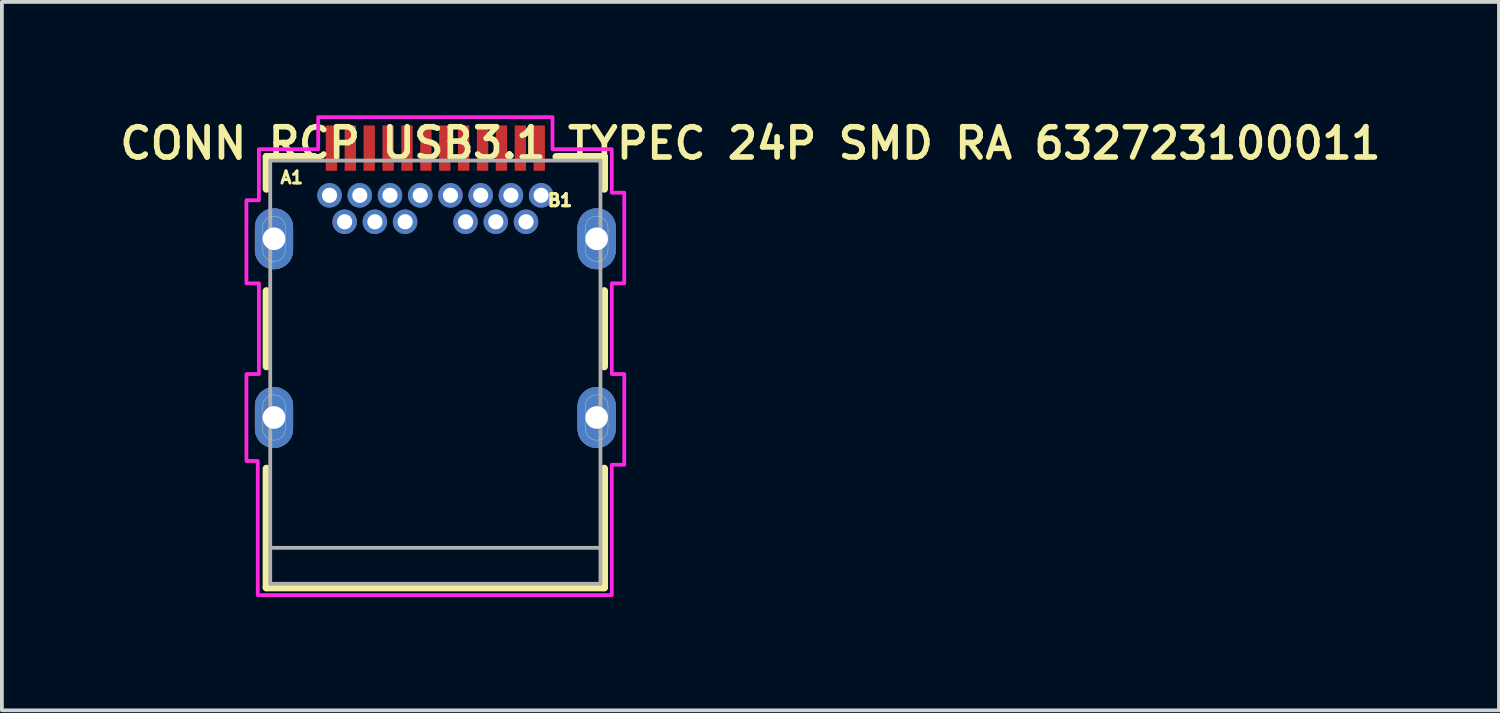
<source format=kicad_pcb>
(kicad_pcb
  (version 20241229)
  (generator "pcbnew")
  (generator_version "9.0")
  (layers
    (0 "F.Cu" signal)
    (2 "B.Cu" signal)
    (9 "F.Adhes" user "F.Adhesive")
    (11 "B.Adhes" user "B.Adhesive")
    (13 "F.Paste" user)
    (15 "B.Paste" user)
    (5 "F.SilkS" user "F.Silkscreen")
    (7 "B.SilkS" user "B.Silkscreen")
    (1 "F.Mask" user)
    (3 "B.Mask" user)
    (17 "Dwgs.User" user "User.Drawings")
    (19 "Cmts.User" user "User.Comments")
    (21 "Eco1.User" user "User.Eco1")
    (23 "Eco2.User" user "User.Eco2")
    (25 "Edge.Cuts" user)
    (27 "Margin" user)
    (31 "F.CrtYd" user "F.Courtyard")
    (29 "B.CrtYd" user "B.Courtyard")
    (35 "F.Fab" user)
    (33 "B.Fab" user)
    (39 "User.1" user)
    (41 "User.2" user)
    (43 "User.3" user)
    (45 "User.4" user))
  (footprint "CONN RCP USB3.1 TYPEC 24P SMD RA 632723100011"
    (layer "F.Cu")
    (at 8.472 6.8)
    (property "Reference" "CONN RCP USB3.1 TYPEC 24P SMD RA 632723100011" (at 8.34 -6.058 0) (layer "F.SilkS") (effects (font (size 0.8 0.8) (thickness 0.15))))
    (attr through_hole)
    (fp_poly (pts (xy -4.77 0.9) (xy -4.77 1.5) (xy -4.767 1.552) (xy -4.759 1.604) (xy -4.746 1.655) (xy -4.727 1.703) (xy -4.703 1.75) (xy -4.675 1.794) (xy -4.642 1.835) (xy -4.605 1.872) (xy -4.564 1.905) (xy -4.52 1.933) (xy -4.473 1.957) (xy -4.425 1.976) (xy -4.374 1.989) (xy -4.322 1.997) (xy -4.27 2) (xy -4.218 1.997) (xy -4.166 1.989) (xy -4.115 1.976) (xy -4.067 1.957) (xy -4.02 1.933) (xy -3.976 1.905) (xy -3.935 1.872) (xy -3.898 1.835) (xy -3.865 1.794) (xy -3.837 1.75) (xy -3.813 1.703) (xy -3.794 1.655) (xy -3.781 1.604) (xy -3.773 1.552) (xy -3.77 1.5) (xy -3.77 0.9) (xy -3.773 0.848) (xy -3.781 0.796) (xy -3.794 0.745) (xy -3.813 0.697) (xy -3.837 0.65) (xy -3.865 0.606) (xy -3.898 0.565) (xy -3.935 0.528) (xy -3.976 0.495) (xy -4.02 0.467) (xy -4.067 0.443) (xy -4.115 0.424) (xy -4.166 0.411) (xy -4.218 0.403) (xy -4.27 0.4) (xy -4.322 0.403) (xy -4.374 0.411) (xy -4.425 0.424) (xy -4.473 0.443) (xy -4.52 0.467) (xy -4.564 0.495) (xy -4.605 0.528) (xy -4.642 0.565) (xy -4.675 0.606) (xy -4.703 0.65) (xy -4.727 0.697) (xy -4.746 0.745) (xy -4.759 0.796) (xy -4.767 0.848) (xy -4.77 0.9)) (stroke (width 0.01) (type solid)) (fill yes) (layer "F.Cu"))
    (fp_poly (pts (xy -4.77 0.9) (xy -4.77 1.5) (xy -4.767 1.552) (xy -4.759 1.604) (xy -4.746 1.655) (xy -4.727 1.703) (xy -4.703 1.75) (xy -4.675 1.794) (xy -4.642 1.835) (xy -4.605 1.872) (xy -4.564 1.905) (xy -4.52 1.933) (xy -4.473 1.957) (xy -4.425 1.976) (xy -4.374 1.989) (xy -4.322 1.997) (xy -4.27 2) (xy -4.218 1.997) (xy -4.166 1.989) (xy -4.115 1.976) (xy -4.067 1.957) (xy -4.02 1.933) (xy -3.976 1.905) (xy -3.935 1.872) (xy -3.898 1.835) (xy -3.865 1.794) (xy -3.837 1.75) (xy -3.813 1.703) (xy -3.794 1.655) (xy -3.781 1.604) (xy -3.773 1.552) (xy -3.77 1.5) (xy -3.77 0.9) (xy -3.773 0.848) (xy -3.781 0.796) (xy -3.794 0.745) (xy -3.813 0.697) (xy -3.837 0.65) (xy -3.865 0.606) (xy -3.898 0.565) (xy -3.935 0.528) (xy -3.976 0.495) (xy -4.02 0.467) (xy -4.067 0.443) (xy -4.115 0.424) (xy -4.166 0.411) (xy -4.218 0.403) (xy -4.27 0.4) (xy -4.322 0.403) (xy -4.374 0.411) (xy -4.425 0.424) (xy -4.473 0.443) (xy -4.52 0.467) (xy -4.564 0.495) (xy -4.605 0.528) (xy -4.642 0.565) (xy -4.675 0.606) (xy -4.703 0.65) (xy -4.727 0.697) (xy -4.746 0.745) (xy -4.759 0.796) (xy -4.767 0.848) (xy -4.77 0.9)) (stroke (width 0.01) (type solid)) (fill yes) (layer "F.Cu"))
    (fp_poly (pts (xy -3.77 -3.23) (xy -3.773 -3.178) (xy -3.781 -3.126) (xy -3.794 -3.075) (xy -3.813 -3.027) (xy -3.837 -2.98) (xy -3.865 -2.936) (xy -3.898 -2.895) (xy -3.935 -2.858) (xy -3.976 -2.825) (xy -4.02 -2.797) (xy -4.067 -2.773) (xy -4.115 -2.754) (xy -4.166 -2.741) (xy -4.218 -2.733) (xy -4.27 -2.73) (xy -4.322 -2.733) (xy -4.374 -2.741) (xy -4.425 -2.754) (xy -4.473 -2.773) (xy -4.52 -2.797) (xy -4.564 -2.825) (xy -4.605 -2.858) (xy -4.642 -2.895) (xy -4.675 -2.936) (xy -4.703 -2.98) (xy -4.727 -3.027) (xy -4.746 -3.075) (xy -4.759 -3.126) (xy -4.767 -3.178) (xy -4.77 -3.23) (xy -4.77 -3.83) (xy -4.767 -3.882) (xy -4.759 -3.934) (xy -4.746 -3.985) (xy -4.727 -4.033) (xy -4.703 -4.08) (xy -4.675 -4.124) (xy -4.642 -4.165) (xy -4.605 -4.202) (xy -4.564 -4.235) (xy -4.52 -4.263) (xy -4.473 -4.287) (xy -4.425 -4.306) (xy -4.374 -4.319) (xy -4.322 -4.327) (xy -4.27 -4.33) (xy -4.218 -4.327) (xy -4.166 -4.319) (xy -4.115 -4.306) (xy -4.067 -4.287) (xy -4.02 -4.263) (xy -3.976 -4.235) (xy -3.935 -4.202) (xy -3.898 -4.165) (xy -3.865 -4.124) (xy -3.837 -4.08) (xy -3.813 -4.033) (xy -3.794 -3.985) (xy -3.781 -3.934) (xy -3.773 -3.882) (xy -3.77 -3.83) (xy -3.77 -3.23)) (stroke (width 0.01) (type solid)) (fill yes) (layer "F.Cu"))
    (fp_poly (pts (xy -3.77 -3.23) (xy -3.773 -3.178) (xy -3.781 -3.126) (xy -3.794 -3.075) (xy -3.813 -3.027) (xy -3.837 -2.98) (xy -3.865 -2.936) (xy -3.898 -2.895) (xy -3.935 -2.858) (xy -3.976 -2.825) (xy -4.02 -2.797) (xy -4.067 -2.773) (xy -4.115 -2.754) (xy -4.166 -2.741) (xy -4.218 -2.733) (xy -4.27 -2.73) (xy -4.322 -2.733) (xy -4.374 -2.741) (xy -4.425 -2.754) (xy -4.473 -2.773) (xy -4.52 -2.797) (xy -4.564 -2.825) (xy -4.605 -2.858) (xy -4.642 -2.895) (xy -4.675 -2.936) (xy -4.703 -2.98) (xy -4.727 -3.027) (xy -4.746 -3.075) (xy -4.759 -3.126) (xy -4.767 -3.178) (xy -4.77 -3.23) (xy -4.77 -3.83) (xy -4.767 -3.882) (xy -4.759 -3.934) (xy -4.746 -3.985) (xy -4.727 -4.033) (xy -4.703 -4.08) (xy -4.675 -4.124) (xy -4.642 -4.165) (xy -4.605 -4.202) (xy -4.564 -4.235) (xy -4.52 -4.263) (xy -4.473 -4.287) (xy -4.425 -4.306) (xy -4.374 -4.319) (xy -4.322 -4.327) (xy -4.27 -4.33) (xy -4.218 -4.327) (xy -4.166 -4.319) (xy -4.115 -4.306) (xy -4.067 -4.287) (xy -4.02 -4.263) (xy -3.976 -4.235) (xy -3.935 -4.202) (xy -3.898 -4.165) (xy -3.865 -4.124) (xy -3.837 -4.08) (xy -3.813 -4.033) (xy -3.794 -3.985) (xy -3.781 -3.934) (xy -3.773 -3.882) (xy -3.77 -3.83) (xy -3.77 -3.23)) (stroke (width 0.01) (type solid)) (fill yes) (layer "F.Cu"))
    (fp_poly (pts (xy 3.77 0.9) (xy 3.77 1.5) (xy 3.773 1.552) (xy 3.781 1.604) (xy 3.794 1.655) (xy 3.813 1.703) (xy 3.837 1.75) (xy 3.865 1.794) (xy 3.898 1.835) (xy 3.935 1.872) (xy 3.976 1.905) (xy 4.02 1.933) (xy 4.067 1.957) (xy 4.115 1.976) (xy 4.166 1.989) (xy 4.218 1.997) (xy 4.27 2) (xy 4.322 1.997) (xy 4.374 1.989) (xy 4.425 1.976) (xy 4.473 1.957) (xy 4.52 1.933) (xy 4.564 1.905) (xy 4.605 1.872) (xy 4.642 1.835) (xy 4.675 1.794) (xy 4.703 1.75) (xy 4.727 1.703) (xy 4.746 1.655) (xy 4.759 1.604) (xy 4.767 1.552) (xy 4.77 1.5) (xy 4.77 0.9) (xy 4.767 0.848) (xy 4.759 0.796) (xy 4.746 0.745) (xy 4.727 0.697) (xy 4.703 0.65) (xy 4.675 0.606) (xy 4.642 0.565) (xy 4.605 0.528) (xy 4.564 0.495) (xy 4.52 0.467) (xy 4.473 0.443) (xy 4.425 0.424) (xy 4.374 0.411) (xy 4.322 0.403) (xy 4.27 0.4) (xy 4.218 0.403) (xy 4.166 0.411) (xy 4.115 0.424) (xy 4.067 0.443) (xy 4.02 0.467) (xy 3.976 0.495) (xy 3.935 0.528) (xy 3.898 0.565) (xy 3.865 0.606) (xy 3.837 0.65) (xy 3.813 0.697) (xy 3.794 0.745) (xy 3.781 0.796) (xy 3.773 0.848) (xy 3.77 0.9)) (stroke (width 0.01) (type solid)) (fill yes) (layer "F.Cu"))
    (fp_poly (pts (xy 3.77 0.9) (xy 3.77 1.5) (xy 3.773 1.552) (xy 3.781 1.604) (xy 3.794 1.655) (xy 3.813 1.703) (xy 3.837 1.75) (xy 3.865 1.794) (xy 3.898 1.835) (xy 3.935 1.872) (xy 3.976 1.905) (xy 4.02 1.933) (xy 4.067 1.957) (xy 4.115 1.976) (xy 4.166 1.989) (xy 4.218 1.997) (xy 4.27 2) (xy 4.322 1.997) (xy 4.374 1.989) (xy 4.425 1.976) (xy 4.473 1.957) (xy 4.52 1.933) (xy 4.564 1.905) (xy 4.605 1.872) (xy 4.642 1.835) (xy 4.675 1.794) (xy 4.703 1.75) (xy 4.727 1.703) (xy 4.746 1.655) (xy 4.759 1.604) (xy 4.767 1.552) (xy 4.77 1.5) (xy 4.77 0.9) (xy 4.767 0.848) (xy 4.759 0.796) (xy 4.746 0.745) (xy 4.727 0.697) (xy 4.703 0.65) (xy 4.675 0.606) (xy 4.642 0.565) (xy 4.605 0.528) (xy 4.564 0.495) (xy 4.52 0.467) (xy 4.473 0.443) (xy 4.425 0.424) (xy 4.374 0.411) (xy 4.322 0.403) (xy 4.27 0.4) (xy 4.218 0.403) (xy 4.166 0.411) (xy 4.115 0.424) (xy 4.067 0.443) (xy 4.02 0.467) (xy 3.976 0.495) (xy 3.935 0.528) (xy 3.898 0.565) (xy 3.865 0.606) (xy 3.837 0.65) (xy 3.813 0.697) (xy 3.794 0.745) (xy 3.781 0.796) (xy 3.773 0.848) (xy 3.77 0.9)) (stroke (width 0.01) (type solid)) (fill yes) (layer "F.Cu"))
    (fp_poly (pts (xy 4.77 -3.23) (xy 4.767 -3.178) (xy 4.759 -3.126) (xy 4.746 -3.075) (xy 4.727 -3.027) (xy 4.703 -2.98) (xy 4.675 -2.936) (xy 4.642 -2.895) (xy 4.605 -2.858) (xy 4.564 -2.825) (xy 4.52 -2.797) (xy 4.473 -2.773) (xy 4.425 -2.754) (xy 4.374 -2.741) (xy 4.322 -2.733) (xy 4.27 -2.73) (xy 4.218 -2.733) (xy 4.166 -2.741) (xy 4.115 -2.754) (xy 4.067 -2.773) (xy 4.02 -2.797) (xy 3.976 -2.825) (xy 3.935 -2.858) (xy 3.898 -2.895) (xy 3.865 -2.936) (xy 3.837 -2.98) (xy 3.813 -3.027) (xy 3.794 -3.075) (xy 3.781 -3.126) (xy 3.773 -3.178) (xy 3.77 -3.23) (xy 3.77 -3.83) (xy 3.773 -3.882) (xy 3.781 -3.934) (xy 3.794 -3.985) (xy 3.813 -4.033) (xy 3.837 -4.08) (xy 3.865 -4.124) (xy 3.898 -4.165) (xy 3.935 -4.202) (xy 3.976 -4.235) (xy 4.02 -4.263) (xy 4.067 -4.287) (xy 4.115 -4.306) (xy 4.166 -4.319) (xy 4.218 -4.327) (xy 4.27 -4.33) (xy 4.322 -4.327) (xy 4.374 -4.319) (xy 4.425 -4.306) (xy 4.473 -4.287) (xy 4.52 -4.263) (xy 4.564 -4.235) (xy 4.605 -4.202) (xy 4.642 -4.165) (xy 4.675 -4.124) (xy 4.703 -4.08) (xy 4.727 -4.033) (xy 4.746 -3.985) (xy 4.759 -3.934) (xy 4.767 -3.882) (xy 4.77 -3.83) (xy 4.77 -3.23)) (stroke (width 0.01) (type solid)) (fill yes) (layer "F.Cu"))
    (fp_poly (pts (xy 4.77 -3.23) (xy 4.767 -3.178) (xy 4.759 -3.126) (xy 4.746 -3.075) (xy 4.727 -3.027) (xy 4.703 -2.98) (xy 4.675 -2.936) (xy 4.642 -2.895) (xy 4.605 -2.858) (xy 4.564 -2.825) (xy 4.52 -2.797) (xy 4.473 -2.773) (xy 4.425 -2.754) (xy 4.374 -2.741) (xy 4.322 -2.733) (xy 4.27 -2.73) (xy 4.218 -2.733) (xy 4.166 -2.741) (xy 4.115 -2.754) (xy 4.067 -2.773) (xy 4.02 -2.797) (xy 3.976 -2.825) (xy 3.935 -2.858) (xy 3.898 -2.895) (xy 3.865 -2.936) (xy 3.837 -2.98) (xy 3.813 -3.027) (xy 3.794 -3.075) (xy 3.781 -3.126) (xy 3.773 -3.178) (xy 3.77 -3.23) (xy 3.77 -3.83) (xy 3.773 -3.882) (xy 3.781 -3.934) (xy 3.794 -3.985) (xy 3.813 -4.033) (xy 3.837 -4.08) (xy 3.865 -4.124) (xy 3.898 -4.165) (xy 3.935 -4.202) (xy 3.976 -4.235) (xy 4.02 -4.263) (xy 4.067 -4.287) (xy 4.115 -4.306) (xy 4.166 -4.319) (xy 4.218 -4.327) (xy 4.27 -4.33) (xy 4.322 -4.327) (xy 4.374 -4.319) (xy 4.425 -4.306) (xy 4.473 -4.287) (xy 4.52 -4.263) (xy 4.564 -4.235) (xy 4.605 -4.202) (xy 4.642 -4.165) (xy 4.675 -4.124) (xy 4.703 -4.08) (xy 4.727 -4.033) (xy 4.746 -3.985) (xy 4.759 -3.934) (xy 4.767 -3.882) (xy 4.77 -3.83) (xy 4.77 -3.23)) (stroke (width 0.01) (type solid)) (fill yes) (layer "F.Cu"))
    (fp_poly (pts (xy -4.87 0.9) (xy -4.87 1.5) (xy -4.867 1.563) (xy -4.857 1.625) (xy -4.841 1.685) (xy -4.818 1.744) (xy -4.79 1.8) (xy -4.755 1.853) (xy -4.716 1.901) (xy -4.671 1.946) (xy -4.623 1.985) (xy -4.57 2.02) (xy -4.514 2.048) (xy -4.455 2.071) (xy -4.395 2.087) (xy -4.333 2.097) (xy -4.27 2.1) (xy -4.207 2.097) (xy -4.145 2.087) (xy -4.085 2.071) (xy -4.026 2.048) (xy -3.97 2.02) (xy -3.917 1.985) (xy -3.869 1.946) (xy -3.824 1.901) (xy -3.785 1.853) (xy -3.75 1.8) (xy -3.722 1.744) (xy -3.699 1.685) (xy -3.683 1.625) (xy -3.673 1.563) (xy -3.67 1.5) (xy -3.67 0.9) (xy -3.673 0.837) (xy -3.683 0.775) (xy -3.699 0.715) (xy -3.722 0.656) (xy -3.75 0.6) (xy -3.785 0.547) (xy -3.824 0.499) (xy -3.869 0.454) (xy -3.917 0.415) (xy -3.97 0.38) (xy -4.026 0.352) (xy -4.085 0.329) (xy -4.145 0.313) (xy -4.207 0.303) (xy -4.27 0.3) (xy -4.333 0.303) (xy -4.395 0.313) (xy -4.455 0.329) (xy -4.514 0.352) (xy -4.57 0.38) (xy -4.623 0.415) (xy -4.671 0.454) (xy -4.716 0.499) (xy -4.755 0.547) (xy -4.79 0.6) (xy -4.818 0.656) (xy -4.841 0.715) (xy -4.857 0.775) (xy -4.867 0.837) (xy -4.87 0.9)) (stroke (width 0.01) (type solid)) (fill yes) (layer "F.Mask"))
    (fp_poly (pts (xy -3.67 -3.23) (xy -3.673 -3.167) (xy -3.683 -3.105) (xy -3.699 -3.045) (xy -3.722 -2.986) (xy -3.75 -2.93) (xy -3.785 -2.877) (xy -3.824 -2.829) (xy -3.869 -2.784) (xy -3.917 -2.745) (xy -3.97 -2.71) (xy -4.026 -2.682) (xy -4.085 -2.659) (xy -4.145 -2.643) (xy -4.207 -2.633) (xy -4.27 -2.63) (xy -4.333 -2.633) (xy -4.395 -2.643) (xy -4.455 -2.659) (xy -4.514 -2.682) (xy -4.57 -2.71) (xy -4.623 -2.745) (xy -4.671 -2.784) (xy -4.716 -2.829) (xy -4.755 -2.877) (xy -4.79 -2.93) (xy -4.818 -2.986) (xy -4.841 -3.045) (xy -4.857 -3.105) (xy -4.867 -3.167) (xy -4.87 -3.23) (xy -4.87 -3.83) (xy -4.867 -3.893) (xy -4.857 -3.955) (xy -4.841 -4.015) (xy -4.818 -4.074) (xy -4.79 -4.13) (xy -4.755 -4.183) (xy -4.716 -4.231) (xy -4.671 -4.276) (xy -4.623 -4.315) (xy -4.57 -4.35) (xy -4.514 -4.378) (xy -4.455 -4.401) (xy -4.395 -4.417) (xy -4.333 -4.427) (xy -4.27 -4.43) (xy -4.207 -4.427) (xy -4.145 -4.417) (xy -4.085 -4.401) (xy -4.026 -4.378) (xy -3.97 -4.35) (xy -3.917 -4.315) (xy -3.869 -4.276) (xy -3.824 -4.231) (xy -3.785 -4.183) (xy -3.75 -4.13) (xy -3.722 -4.074) (xy -3.699 -4.015) (xy -3.683 -3.955) (xy -3.673 -3.893) (xy -3.67 -3.83) (xy -3.67 -3.23)) (stroke (width 0.01) (type solid)) (fill yes) (layer "F.Mask"))
    (fp_poly (pts (xy 3.67 0.9) (xy 3.67 1.5) (xy 3.673 1.563) (xy 3.683 1.625) (xy 3.699 1.685) (xy 3.722 1.744) (xy 3.75 1.8) (xy 3.785 1.853) (xy 3.824 1.901) (xy 3.869 1.946) (xy 3.917 1.985) (xy 3.97 2.02) (xy 4.026 2.048) (xy 4.085 2.071) (xy 4.145 2.087) (xy 4.207 2.097) (xy 4.27 2.1) (xy 4.333 2.097) (xy 4.395 2.087) (xy 4.455 2.071) (xy 4.514 2.048) (xy 4.57 2.02) (xy 4.623 1.985) (xy 4.671 1.946) (xy 4.716 1.901) (xy 4.755 1.853) (xy 4.79 1.8) (xy 4.818 1.744) (xy 4.841 1.685) (xy 4.857 1.625) (xy 4.867 1.563) (xy 4.87 1.5) (xy 4.87 0.9) (xy 4.867 0.837) (xy 4.857 0.775) (xy 4.841 0.715) (xy 4.818 0.656) (xy 4.79 0.6) (xy 4.755 0.547) (xy 4.716 0.499) (xy 4.671 0.454) (xy 4.623 0.415) (xy 4.57 0.38) (xy 4.514 0.352) (xy 4.455 0.329) (xy 4.395 0.313) (xy 4.333 0.303) (xy 4.27 0.3) (xy 4.207 0.303) (xy 4.145 0.313) (xy 4.085 0.329) (xy 4.026 0.352) (xy 3.97 0.38) (xy 3.917 0.415) (xy 3.869 0.454) (xy 3.824 0.499) (xy 3.785 0.547) (xy 3.75 0.6) (xy 3.722 0.656) (xy 3.699 0.715) (xy 3.683 0.775) (xy 3.673 0.837) (xy 3.67 0.9)) (stroke (width 0.01) (type solid)) (fill yes) (layer "F.Mask"))
    (fp_poly (pts (xy 4.87 -3.23) (xy 4.867 -3.167) (xy 4.857 -3.105) (xy 4.841 -3.045) (xy 4.818 -2.986) (xy 4.79 -2.93) (xy 4.755 -2.877) (xy 4.716 -2.829) (xy 4.671 -2.784) (xy 4.623 -2.745) (xy 4.57 -2.71) (xy 4.514 -2.682) (xy 4.455 -2.659) (xy 4.395 -2.643) (xy 4.333 -2.633) (xy 4.27 -2.63) (xy 4.207 -2.633) (xy 4.145 -2.643) (xy 4.085 -2.659) (xy 4.026 -2.682) (xy 3.97 -2.71) (xy 3.917 -2.745) (xy 3.869 -2.784) (xy 3.824 -2.829) (xy 3.785 -2.877) (xy 3.75 -2.93) (xy 3.722 -2.986) (xy 3.699 -3.045) (xy 3.683 -3.105) (xy 3.673 -3.167) (xy 3.67 -3.23) (xy 3.67 -3.83) (xy 3.673 -3.893) (xy 3.683 -3.955) (xy 3.699 -4.015) (xy 3.722 -4.074) (xy 3.75 -4.13) (xy 3.785 -4.183) (xy 3.824 -4.231) (xy 3.869 -4.276) (xy 3.917 -4.315) (xy 3.97 -4.35) (xy 4.026 -4.378) (xy 4.085 -4.401) (xy 4.145 -4.417) (xy 4.207 -4.427) (xy 4.27 -4.43) (xy 4.333 -4.427) (xy 4.395 -4.417) (xy 4.455 -4.401) (xy 4.514 -4.378) (xy 4.57 -4.35) (xy 4.623 -4.315) (xy 4.671 -4.276) (xy 4.716 -4.231) (xy 4.755 -4.183) (xy 4.79 -4.13) (xy 4.818 -4.074) (xy 4.841 -4.015) (xy 4.857 -3.955) (xy 4.867 -3.893) (xy 4.87 -3.83) (xy 4.87 -3.23)) (stroke (width 0.01) (type solid)) (fill yes) (layer "F.Mask"))
    (fp_poly (pts (xy -4.77 0.9) (xy -4.77 1.5) (xy -4.767 1.552) (xy -4.759 1.604) (xy -4.746 1.655) (xy -4.727 1.703) (xy -4.703 1.75) (xy -4.675 1.794) (xy -4.642 1.835) (xy -4.605 1.872) (xy -4.564 1.905) (xy -4.52 1.933) (xy -4.473 1.957) (xy -4.425 1.976) (xy -4.374 1.989) (xy -4.322 1.997) (xy -4.27 2) (xy -4.218 1.997) (xy -4.166 1.989) (xy -4.115 1.976) (xy -4.067 1.957) (xy -4.02 1.933) (xy -3.976 1.905) (xy -3.935 1.872) (xy -3.898 1.835) (xy -3.865 1.794) (xy -3.837 1.75) (xy -3.813 1.703) (xy -3.794 1.655) (xy -3.781 1.604) (xy -3.773 1.552) (xy -3.77 1.5) (xy -3.77 0.9) (xy -3.773 0.848) (xy -3.781 0.796) (xy -3.794 0.745) (xy -3.813 0.697) (xy -3.837 0.65) (xy -3.865 0.606) (xy -3.898 0.565) (xy -3.935 0.528) (xy -3.976 0.495) (xy -4.02 0.467) (xy -4.067 0.443) (xy -4.115 0.424) (xy -4.166 0.411) (xy -4.218 0.403) (xy -4.27 0.4) (xy -4.322 0.403) (xy -4.374 0.411) (xy -4.425 0.424) (xy -4.473 0.443) (xy -4.52 0.467) (xy -4.564 0.495) (xy -4.605 0.528) (xy -4.642 0.565) (xy -4.675 0.606) (xy -4.703 0.65) (xy -4.727 0.697) (xy -4.746 0.745) (xy -4.759 0.796) (xy -4.767 0.848) (xy -4.77 0.9)) (stroke (width 0.01) (type solid)) (fill yes) (layer "B.Cu"))
    (fp_poly (pts (xy -4.77 0.9) (xy -4.77 1.5) (xy -4.767 1.552) (xy -4.759 1.604) (xy -4.746 1.655) (xy -4.727 1.703) (xy -4.703 1.75) (xy -4.675 1.794) (xy -4.642 1.835) (xy -4.605 1.872) (xy -4.564 1.905) (xy -4.52 1.933) (xy -4.473 1.957) (xy -4.425 1.976) (xy -4.374 1.989) (xy -4.322 1.997) (xy -4.27 2) (xy -4.218 1.997) (xy -4.166 1.989) (xy -4.115 1.976) (xy -4.067 1.957) (xy -4.02 1.933) (xy -3.976 1.905) (xy -3.935 1.872) (xy -3.898 1.835) (xy -3.865 1.794) (xy -3.837 1.75) (xy -3.813 1.703) (xy -3.794 1.655) (xy -3.781 1.604) (xy -3.773 1.552) (xy -3.77 1.5) (xy -3.77 0.9) (xy -3.773 0.848) (xy -3.781 0.796) (xy -3.794 0.745) (xy -3.813 0.697) (xy -3.837 0.65) (xy -3.865 0.606) (xy -3.898 0.565) (xy -3.935 0.528) (xy -3.976 0.495) (xy -4.02 0.467) (xy -4.067 0.443) (xy -4.115 0.424) (xy -4.166 0.411) (xy -4.218 0.403) (xy -4.27 0.4) (xy -4.322 0.403) (xy -4.374 0.411) (xy -4.425 0.424) (xy -4.473 0.443) (xy -4.52 0.467) (xy -4.564 0.495) (xy -4.605 0.528) (xy -4.642 0.565) (xy -4.675 0.606) (xy -4.703 0.65) (xy -4.727 0.697) (xy -4.746 0.745) (xy -4.759 0.796) (xy -4.767 0.848) (xy -4.77 0.9)) (stroke (width 0.01) (type solid)) (fill yes) (layer "B.Cu"))
    (fp_poly (pts (xy -3.77 -3.23) (xy -3.773 -3.178) (xy -3.781 -3.126) (xy -3.794 -3.075) (xy -3.813 -3.027) (xy -3.837 -2.98) (xy -3.865 -2.936) (xy -3.898 -2.895) (xy -3.935 -2.858) (xy -3.976 -2.825) (xy -4.02 -2.797) (xy -4.067 -2.773) (xy -4.115 -2.754) (xy -4.166 -2.741) (xy -4.218 -2.733) (xy -4.27 -2.73) (xy -4.322 -2.733) (xy -4.374 -2.741) (xy -4.425 -2.754) (xy -4.473 -2.773) (xy -4.52 -2.797) (xy -4.564 -2.825) (xy -4.605 -2.858) (xy -4.642 -2.895) (xy -4.675 -2.936) (xy -4.703 -2.98) (xy -4.727 -3.027) (xy -4.746 -3.075) (xy -4.759 -3.126) (xy -4.767 -3.178) (xy -4.77 -3.23) (xy -4.77 -3.83) (xy -4.767 -3.882) (xy -4.759 -3.934) (xy -4.746 -3.985) (xy -4.727 -4.033) (xy -4.703 -4.08) (xy -4.675 -4.124) (xy -4.642 -4.165) (xy -4.605 -4.202) (xy -4.564 -4.235) (xy -4.52 -4.263) (xy -4.473 -4.287) (xy -4.425 -4.306) (xy -4.374 -4.319) (xy -4.322 -4.327) (xy -4.27 -4.33) (xy -4.218 -4.327) (xy -4.166 -4.319) (xy -4.115 -4.306) (xy -4.067 -4.287) (xy -4.02 -4.263) (xy -3.976 -4.235) (xy -3.935 -4.202) (xy -3.898 -4.165) (xy -3.865 -4.124) (xy -3.837 -4.08) (xy -3.813 -4.033) (xy -3.794 -3.985) (xy -3.781 -3.934) (xy -3.773 -3.882) (xy -3.77 -3.83) (xy -3.77 -3.23)) (stroke (width 0.01) (type solid)) (fill yes) (layer "B.Cu"))
    (fp_poly (pts (xy -3.77 -3.23) (xy -3.773 -3.178) (xy -3.781 -3.126) (xy -3.794 -3.075) (xy -3.813 -3.027) (xy -3.837 -2.98) (xy -3.865 -2.936) (xy -3.898 -2.895) (xy -3.935 -2.858) (xy -3.976 -2.825) (xy -4.02 -2.797) (xy -4.067 -2.773) (xy -4.115 -2.754) (xy -4.166 -2.741) (xy -4.218 -2.733) (xy -4.27 -2.73) (xy -4.322 -2.733) (xy -4.374 -2.741) (xy -4.425 -2.754) (xy -4.473 -2.773) (xy -4.52 -2.797) (xy -4.564 -2.825) (xy -4.605 -2.858) (xy -4.642 -2.895) (xy -4.675 -2.936) (xy -4.703 -2.98) (xy -4.727 -3.027) (xy -4.746 -3.075) (xy -4.759 -3.126) (xy -4.767 -3.178) (xy -4.77 -3.23) (xy -4.77 -3.83) (xy -4.767 -3.882) (xy -4.759 -3.934) (xy -4.746 -3.985) (xy -4.727 -4.033) (xy -4.703 -4.08) (xy -4.675 -4.124) (xy -4.642 -4.165) (xy -4.605 -4.202) (xy -4.564 -4.235) (xy -4.52 -4.263) (xy -4.473 -4.287) (xy -4.425 -4.306) (xy -4.374 -4.319) (xy -4.322 -4.327) (xy -4.27 -4.33) (xy -4.218 -4.327) (xy -4.166 -4.319) (xy -4.115 -4.306) (xy -4.067 -4.287) (xy -4.02 -4.263) (xy -3.976 -4.235) (xy -3.935 -4.202) (xy -3.898 -4.165) (xy -3.865 -4.124) (xy -3.837 -4.08) (xy -3.813 -4.033) (xy -3.794 -3.985) (xy -3.781 -3.934) (xy -3.773 -3.882) (xy -3.77 -3.83) (xy -3.77 -3.23)) (stroke (width 0.01) (type solid)) (fill yes) (layer "B.Cu"))
    (fp_poly (pts (xy 3.77 0.9) (xy 3.77 1.5) (xy 3.773 1.552) (xy 3.781 1.604) (xy 3.794 1.655) (xy 3.813 1.703) (xy 3.837 1.75) (xy 3.865 1.794) (xy 3.898 1.835) (xy 3.935 1.872) (xy 3.976 1.905) (xy 4.02 1.933) (xy 4.067 1.957) (xy 4.115 1.976) (xy 4.166 1.989) (xy 4.218 1.997) (xy 4.27 2) (xy 4.322 1.997) (xy 4.374 1.989) (xy 4.425 1.976) (xy 4.473 1.957) (xy 4.52 1.933) (xy 4.564 1.905) (xy 4.605 1.872) (xy 4.642 1.835) (xy 4.675 1.794) (xy 4.703 1.75) (xy 4.727 1.703) (xy 4.746 1.655) (xy 4.759 1.604) (xy 4.767 1.552) (xy 4.77 1.5) (xy 4.77 0.9) (xy 4.767 0.848) (xy 4.759 0.796) (xy 4.746 0.745) (xy 4.727 0.697) (xy 4.703 0.65) (xy 4.675 0.606) (xy 4.642 0.565) (xy 4.605 0.528) (xy 4.564 0.495) (xy 4.52 0.467) (xy 4.473 0.443) (xy 4.425 0.424) (xy 4.374 0.411) (xy 4.322 0.403) (xy 4.27 0.4) (xy 4.218 0.403) (xy 4.166 0.411) (xy 4.115 0.424) (xy 4.067 0.443) (xy 4.02 0.467) (xy 3.976 0.495) (xy 3.935 0.528) (xy 3.898 0.565) (xy 3.865 0.606) (xy 3.837 0.65) (xy 3.813 0.697) (xy 3.794 0.745) (xy 3.781 0.796) (xy 3.773 0.848) (xy 3.77 0.9)) (stroke (width 0.01) (type solid)) (fill yes) (layer "B.Cu"))
    (fp_poly (pts (xy 3.77 0.9) (xy 3.77 1.5) (xy 3.773 1.552) (xy 3.781 1.604) (xy 3.794 1.655) (xy 3.813 1.703) (xy 3.837 1.75) (xy 3.865 1.794) (xy 3.898 1.835) (xy 3.935 1.872) (xy 3.976 1.905) (xy 4.02 1.933) (xy 4.067 1.957) (xy 4.115 1.976) (xy 4.166 1.989) (xy 4.218 1.997) (xy 4.27 2) (xy 4.322 1.997) (xy 4.374 1.989) (xy 4.425 1.976) (xy 4.473 1.957) (xy 4.52 1.933) (xy 4.564 1.905) (xy 4.605 1.872) (xy 4.642 1.835) (xy 4.675 1.794) (xy 4.703 1.75) (xy 4.727 1.703) (xy 4.746 1.655) (xy 4.759 1.604) (xy 4.767 1.552) (xy 4.77 1.5) (xy 4.77 0.9) (xy 4.767 0.848) (xy 4.759 0.796) (xy 4.746 0.745) (xy 4.727 0.697) (xy 4.703 0.65) (xy 4.675 0.606) (xy 4.642 0.565) (xy 4.605 0.528) (xy 4.564 0.495) (xy 4.52 0.467) (xy 4.473 0.443) (xy 4.425 0.424) (xy 4.374 0.411) (xy 4.322 0.403) (xy 4.27 0.4) (xy 4.218 0.403) (xy 4.166 0.411) (xy 4.115 0.424) (xy 4.067 0.443) (xy 4.02 0.467) (xy 3.976 0.495) (xy 3.935 0.528) (xy 3.898 0.565) (xy 3.865 0.606) (xy 3.837 0.65) (xy 3.813 0.697) (xy 3.794 0.745) (xy 3.781 0.796) (xy 3.773 0.848) (xy 3.77 0.9)) (stroke (width 0.01) (type solid)) (fill yes) (layer "B.Cu"))
    (fp_poly (pts (xy 4.77 -3.23) (xy 4.767 -3.178) (xy 4.759 -3.126) (xy 4.746 -3.075) (xy 4.727 -3.027) (xy 4.703 -2.98) (xy 4.675 -2.936) (xy 4.642 -2.895) (xy 4.605 -2.858) (xy 4.564 -2.825) (xy 4.52 -2.797) (xy 4.473 -2.773) (xy 4.425 -2.754) (xy 4.374 -2.741) (xy 4.322 -2.733) (xy 4.27 -2.73) (xy 4.218 -2.733) (xy 4.166 -2.741) (xy 4.115 -2.754) (xy 4.067 -2.773) (xy 4.02 -2.797) (xy 3.976 -2.825) (xy 3.935 -2.858) (xy 3.898 -2.895) (xy 3.865 -2.936) (xy 3.837 -2.98) (xy 3.813 -3.027) (xy 3.794 -3.075) (xy 3.781 -3.126) (xy 3.773 -3.178) (xy 3.77 -3.23) (xy 3.77 -3.83) (xy 3.773 -3.882) (xy 3.781 -3.934) (xy 3.794 -3.985) (xy 3.813 -4.033) (xy 3.837 -4.08) (xy 3.865 -4.124) (xy 3.898 -4.165) (xy 3.935 -4.202) (xy 3.976 -4.235) (xy 4.02 -4.263) (xy 4.067 -4.287) (xy 4.115 -4.306) (xy 4.166 -4.319) (xy 4.218 -4.327) (xy 4.27 -4.33) (xy 4.322 -4.327) (xy 4.374 -4.319) (xy 4.425 -4.306) (xy 4.473 -4.287) (xy 4.52 -4.263) (xy 4.564 -4.235) (xy 4.605 -4.202) (xy 4.642 -4.165) (xy 4.675 -4.124) (xy 4.703 -4.08) (xy 4.727 -4.033) (xy 4.746 -3.985) (xy 4.759 -3.934) (xy 4.767 -3.882) (xy 4.77 -3.83) (xy 4.77 -3.23)) (stroke (width 0.01) (type solid)) (fill yes) (layer "B.Cu"))
    (fp_poly (pts (xy 4.77 -3.23) (xy 4.767 -3.178) (xy 4.759 -3.126) (xy 4.746 -3.075) (xy 4.727 -3.027) (xy 4.703 -2.98) (xy 4.675 -2.936) (xy 4.642 -2.895) (xy 4.605 -2.858) (xy 4.564 -2.825) (xy 4.52 -2.797) (xy 4.473 -2.773) (xy 4.425 -2.754) (xy 4.374 -2.741) (xy 4.322 -2.733) (xy 4.27 -2.73) (xy 4.218 -2.733) (xy 4.166 -2.741) (xy 4.115 -2.754) (xy 4.067 -2.773) (xy 4.02 -2.797) (xy 3.976 -2.825) (xy 3.935 -2.858) (xy 3.898 -2.895) (xy 3.865 -2.936) (xy 3.837 -2.98) (xy 3.813 -3.027) (xy 3.794 -3.075) (xy 3.781 -3.126) (xy 3.773 -3.178) (xy 3.77 -3.23) (xy 3.77 -3.83) (xy 3.773 -3.882) (xy 3.781 -3.934) (xy 3.794 -3.985) (xy 3.813 -4.033) (xy 3.837 -4.08) (xy 3.865 -4.124) (xy 3.898 -4.165) (xy 3.935 -4.202) (xy 3.976 -4.235) (xy 4.02 -4.263) (xy 4.067 -4.287) (xy 4.115 -4.306) (xy 4.166 -4.319) (xy 4.218 -4.327) (xy 4.27 -4.33) (xy 4.322 -4.327) (xy 4.374 -4.319) (xy 4.425 -4.306) (xy 4.473 -4.287) (xy 4.52 -4.263) (xy 4.564 -4.235) (xy 4.605 -4.202) (xy 4.642 -4.165) (xy 4.675 -4.124) (xy 4.703 -4.08) (xy 4.727 -4.033) (xy 4.746 -3.985) (xy 4.759 -3.934) (xy 4.767 -3.882) (xy 4.77 -3.83) (xy 4.77 -3.23)) (stroke (width 0.01) (type solid)) (fill yes) (layer "B.Cu"))
    (fp_poly (pts (xy -4.87 0.9) (xy -4.87 1.5) (xy -4.867 1.563) (xy -4.857 1.625) (xy -4.841 1.685) (xy -4.818 1.744) (xy -4.79 1.8) (xy -4.755 1.853) (xy -4.716 1.901) (xy -4.671 1.946) (xy -4.623 1.985) (xy -4.57 2.02) (xy -4.514 2.048) (xy -4.455 2.071) (xy -4.395 2.087) (xy -4.333 2.097) (xy -4.27 2.1) (xy -4.207 2.097) (xy -4.145 2.087) (xy -4.085 2.071) (xy -4.026 2.048) (xy -3.97 2.02) (xy -3.917 1.985) (xy -3.869 1.946) (xy -3.824 1.901) (xy -3.785 1.853) (xy -3.75 1.8) (xy -3.722 1.744) (xy -3.699 1.685) (xy -3.683 1.625) (xy -3.673 1.563) (xy -3.67 1.5) (xy -3.67 0.9) (xy -3.673 0.837) (xy -3.683 0.775) (xy -3.699 0.715) (xy -3.722 0.656) (xy -3.75 0.6) (xy -3.785 0.547) (xy -3.824 0.499) (xy -3.869 0.454) (xy -3.917 0.415) (xy -3.97 0.38) (xy -4.026 0.352) (xy -4.085 0.329) (xy -4.145 0.313) (xy -4.207 0.303) (xy -4.27 0.3) (xy -4.333 0.303) (xy -4.395 0.313) (xy -4.455 0.329) (xy -4.514 0.352) (xy -4.57 0.38) (xy -4.623 0.415) (xy -4.671 0.454) (xy -4.716 0.499) (xy -4.755 0.547) (xy -4.79 0.6) (xy -4.818 0.656) (xy -4.841 0.715) (xy -4.857 0.775) (xy -4.867 0.837) (xy -4.87 0.9)) (stroke (width 0.01) (type solid)) (fill yes) (layer "B.Mask"))
    (fp_poly (pts (xy -3.67 -3.23) (xy -3.673 -3.167) (xy -3.683 -3.105) (xy -3.699 -3.045) (xy -3.722 -2.986) (xy -3.75 -2.93) (xy -3.785 -2.877) (xy -3.824 -2.829) (xy -3.869 -2.784) (xy -3.917 -2.745) (xy -3.97 -2.71) (xy -4.026 -2.682) (xy -4.085 -2.659) (xy -4.145 -2.643) (xy -4.207 -2.633) (xy -4.27 -2.63) (xy -4.333 -2.633) (xy -4.395 -2.643) (xy -4.455 -2.659) (xy -4.514 -2.682) (xy -4.57 -2.71) (xy -4.623 -2.745) (xy -4.671 -2.784) (xy -4.716 -2.829) (xy -4.755 -2.877) (xy -4.79 -2.93) (xy -4.818 -2.986) (xy -4.841 -3.045) (xy -4.857 -3.105) (xy -4.867 -3.167) (xy -4.87 -3.23) (xy -4.87 -3.83) (xy -4.867 -3.893) (xy -4.857 -3.955) (xy -4.841 -4.015) (xy -4.818 -4.074) (xy -4.79 -4.13) (xy -4.755 -4.183) (xy -4.716 -4.231) (xy -4.671 -4.276) (xy -4.623 -4.315) (xy -4.57 -4.35) (xy -4.514 -4.378) (xy -4.455 -4.401) (xy -4.395 -4.417) (xy -4.333 -4.427) (xy -4.27 -4.43) (xy -4.207 -4.427) (xy -4.145 -4.417) (xy -4.085 -4.401) (xy -4.026 -4.378) (xy -3.97 -4.35) (xy -3.917 -4.315) (xy -3.869 -4.276) (xy -3.824 -4.231) (xy -3.785 -4.183) (xy -3.75 -4.13) (xy -3.722 -4.074) (xy -3.699 -4.015) (xy -3.683 -3.955) (xy -3.673 -3.893) (xy -3.67 -3.83) (xy -3.67 -3.23)) (stroke (width 0.01) (type solid)) (fill yes) (layer "B.Mask"))
    (fp_poly (pts (xy 3.67 0.9) (xy 3.67 1.5) (xy 3.673 1.563) (xy 3.683 1.625) (xy 3.699 1.685) (xy 3.722 1.744) (xy 3.75 1.8) (xy 3.785 1.853) (xy 3.824 1.901) (xy 3.869 1.946) (xy 3.917 1.985) (xy 3.97 2.02) (xy 4.026 2.048) (xy 4.085 2.071) (xy 4.145 2.087) (xy 4.207 2.097) (xy 4.27 2.1) (xy 4.333 2.097) (xy 4.395 2.087) (xy 4.455 2.071) (xy 4.514 2.048) (xy 4.57 2.02) (xy 4.623 1.985) (xy 4.671 1.946) (xy 4.716 1.901) (xy 4.755 1.853) (xy 4.79 1.8) (xy 4.818 1.744) (xy 4.841 1.685) (xy 4.857 1.625) (xy 4.867 1.563) (xy 4.87 1.5) (xy 4.87 0.9) (xy 4.867 0.837) (xy 4.857 0.775) (xy 4.841 0.715) (xy 4.818 0.656) (xy 4.79 0.6) (xy 4.755 0.547) (xy 4.716 0.499) (xy 4.671 0.454) (xy 4.623 0.415) (xy 4.57 0.38) (xy 4.514 0.352) (xy 4.455 0.329) (xy 4.395 0.313) (xy 4.333 0.303) (xy 4.27 0.3) (xy 4.207 0.303) (xy 4.145 0.313) (xy 4.085 0.329) (xy 4.026 0.352) (xy 3.97 0.38) (xy 3.917 0.415) (xy 3.869 0.454) (xy 3.824 0.499) (xy 3.785 0.547) (xy 3.75 0.6) (xy 3.722 0.656) (xy 3.699 0.715) (xy 3.683 0.775) (xy 3.673 0.837) (xy 3.67 0.9)) (stroke (width 0.01) (type solid)) (fill yes) (layer "B.Mask"))
    (fp_poly (pts (xy 4.87 -3.23) (xy 4.867 -3.167) (xy 4.857 -3.105) (xy 4.841 -3.045) (xy 4.818 -2.986) (xy 4.79 -2.93) (xy 4.755 -2.877) (xy 4.716 -2.829) (xy 4.671 -2.784) (xy 4.623 -2.745) (xy 4.57 -2.71) (xy 4.514 -2.682) (xy 4.455 -2.659) (xy 4.395 -2.643) (xy 4.333 -2.633) (xy 4.27 -2.63) (xy 4.207 -2.633) (xy 4.145 -2.643) (xy 4.085 -2.659) (xy 4.026 -2.682) (xy 3.97 -2.71) (xy 3.917 -2.745) (xy 3.869 -2.784) (xy 3.824 -2.829) (xy 3.785 -2.877) (xy 3.75 -2.93) (xy 3.722 -2.986) (xy 3.699 -3.045) (xy 3.683 -3.105) (xy 3.673 -3.167) (xy 3.67 -3.23) (xy 3.67 -3.83) (xy 3.673 -3.893) (xy 3.683 -3.955) (xy 3.699 -4.015) (xy 3.722 -4.074) (xy 3.75 -4.13) (xy 3.785 -4.183) (xy 3.824 -4.231) (xy 3.869 -4.276) (xy 3.917 -4.315) (xy 3.97 -4.35) (xy 4.026 -4.378) (xy 4.085 -4.401) (xy 4.145 -4.417) (xy 4.207 -4.427) (xy 4.27 -4.43) (xy 4.333 -4.427) (xy 4.395 -4.417) (xy 4.455 -4.401) (xy 4.514 -4.378) (xy 4.57 -4.35) (xy 4.623 -4.315) (xy 4.671 -4.276) (xy 4.716 -4.231) (xy 4.755 -4.183) (xy 4.79 -4.13) (xy 4.818 -4.074) (xy 4.841 -4.015) (xy 4.857 -3.955) (xy 4.867 -3.893) (xy 4.87 -3.83) (xy 4.87 -3.23)) (stroke (width 0.01) (type solid)) (fill yes) (layer "B.Mask"))
    (fp_line (start -4.47 -5.7) (end -4.47 -4.85) (stroke (width 0.2) (type solid)) (layer "F.SilkS"))
    (fp_line (start -4.47 -2.15) (end -4.47 -0.15) (stroke (width 0.2) (type solid)) (layer "F.SilkS"))
    (fp_line (start -4.47 2.55) (end -4.47 5.7) (stroke (width 0.2) (type solid)) (layer "F.SilkS"))
    (fp_line (start -4.47 5.7) (end 4.47 5.7) (stroke (width 0.2) (type solid)) (layer "F.SilkS"))
    (fp_line (start -3.2 -5.7) (end -4.47 -5.7) (stroke (width 0.2) (type solid)) (layer "F.SilkS"))
    (fp_line (start 3.2 -5.7) (end 4.47 -5.7) (stroke (width 0.2) (type solid)) (layer "F.SilkS"))
    (fp_line (start 4.47 -5.7) (end 4.47 -4.85) (stroke (width 0.2) (type solid)) (layer "F.SilkS"))
    (fp_line (start 4.47 -0.15) (end 4.47 -2.15) (stroke (width 0.2) (type solid)) (layer "F.SilkS"))
    (fp_line (start 4.47 5.7) (end 4.47 2.55) (stroke (width 0.2) (type solid)) (layer "F.SilkS"))
    (fp_line (start -4.57 -3.23) (end -4.57 -3.83) (stroke (width 0.01) (type solid)) (layer "Edge.Cuts"))
    (fp_line (start -4.57 0.9) (end -4.57 1.5) (stroke (width 0.01) (type solid)) (layer "Edge.Cuts"))
    (fp_line (start -3.97 -3.83) (end -3.97 -3.23) (stroke (width 0.01) (type solid)) (layer "Edge.Cuts"))
    (fp_line (start -3.97 1.5) (end -3.97 0.9) (stroke (width 0.01) (type solid)) (layer "Edge.Cuts"))
    (fp_line (start 3.97 -3.23) (end 3.97 -3.83) (stroke (width 0.01) (type solid)) (layer "Edge.Cuts"))
    (fp_line (start 3.97 0.9) (end 3.97 1.5) (stroke (width 0.01) (type solid)) (layer "Edge.Cuts"))
    (fp_line (start 4.57 -3.83) (end 4.57 -3.23) (stroke (width 0.01) (type solid)) (layer "Edge.Cuts"))
    (fp_line (start 4.57 1.5) (end 4.57 0.9) (stroke (width 0.01) (type solid)) (layer "Edge.Cuts"))
    (fp_arc (start -4.57 -3.83) (mid -4.27 -4.13) (end -3.97 -3.83) (stroke (width 0.01) (type solid)) (layer "Edge.Cuts"))
    (fp_arc (start -4.57 0.9) (mid -4.27 0.6) (end -3.97 0.9) (stroke (width 0.01) (type solid)) (layer "Edge.Cuts"))
    (fp_arc (start -3.97 -3.23) (mid -4.27 -2.93) (end -4.57 -3.23) (stroke (width 0.01) (type solid)) (layer "Edge.Cuts"))
    (fp_arc (start -3.97 1.5) (mid -4.27 1.8) (end -4.57 1.5) (stroke (width 0.01) (type solid)) (layer "Edge.Cuts"))
    (fp_arc (start 3.97 -3.83) (mid 4.27 -4.13) (end 4.57 -3.83) (stroke (width 0.01) (type solid)) (layer "Edge.Cuts"))
    (fp_arc (start 3.97 0.9) (mid 4.27 0.6) (end 4.57 0.9) (stroke (width 0.01) (type solid)) (layer "Edge.Cuts"))
    (fp_arc (start 4.57 -3.23) (mid 4.27 -2.93) (end 3.97 -3.23) (stroke (width 0.01) (type solid)) (layer "Edge.Cuts"))
    (fp_arc (start 4.57 1.5) (mid 4.27 1.8) (end 3.97 1.5) (stroke (width 0.01) (type solid)) (layer "Edge.Cuts"))
    (fp_poly (pts (xy -3.1 -6.75) (xy 3.1 -6.75) (xy 3.1 -5.9) (xy 4.67 -5.9) (xy 4.67 -4.75) (xy 5 -4.75) (xy 5 -2.35) (xy 4.67 -2.35) (xy 4.67 0.05) (xy 5 0.05) (xy 5 2.45) (xy 4.67 2.45) (xy 4.67 5.9) (xy -4.7 5.9) (xy -4.7 2.35) (xy -5 2.35) (xy -5 0.05) (xy -4.67 0.05) (xy -4.67 -2.35) (xy -5 -2.35) (xy -5 -4.55) (xy -4.67 -4.55) (xy -4.67 -5.9) (xy -3.1 -5.9)) (stroke (width 0.1) (type solid)) (fill no) (layer "F.CrtYd"))
    (fp_line (start -4.37 -5.6) (end 4.37 -5.6) (stroke (width 0.1) (type solid)) (layer "F.Fab"))
    (fp_line (start -4.37 4.65) (end -4.37 -5.6) (stroke (width 0.1) (type solid)) (layer "F.Fab"))
    (fp_line (start -4.37 4.65) (end 4.37 4.65) (stroke (width 0.1) (type solid)) (layer "F.Fab"))
    (fp_line (start -4.37 5.6) (end -4.37 4.65) (stroke (width 0.1) (type solid)) (layer "F.Fab"))
    (fp_line (start 4.37 -5.6) (end 4.37 4.65) (stroke (width 0.1) (type solid)) (layer "F.Fab"))
    (fp_line (start 4.37 4.65) (end 4.37 5.6) (stroke (width 0.1) (type solid)) (layer "F.Fab"))
    (fp_line (start 4.37 5.6) (end -4.37 5.6) (stroke (width 0.1) (type solid)) (layer "F.Fab"))
    (fp_text user "B1" (at 3.3 -4.55 0) (layer "F.SilkS") (effects (font (size 0.32 0.32) (thickness 0.15))))
    (fp_text user "A1" (at -3.8 -5.15 0) (layer "F.SilkS") (effects (font (size 0.32 0.32) (thickness 0.15))))
    (fp_text user "B1" (at 3.3 -4.55 0) (layer "F.SilkS") (effects (font (size 0.32 0.32) (thickness 0.15))))
    (fp_text user "PCB cutout area" (at -4.23 1.73 0) (layer "Edge.Cuts") (effects (font (size 0.079 0.079) (thickness 0.15))))
    (fp_text user "PCB cutout area" (at -4.23 -3 0) (layer "Edge.Cuts") (effects (font (size 0.079 0.079) (thickness 0.15))))
    (fp_text user "PCB cutout area" (at 4.31 -3 0) (layer "Edge.Cuts") (effects (font (size 0.079 0.079) (thickness 0.15))))
    (fp_text user "PCB cutout area" (at 4.31 1.73 0) (layer "Edge.Cuts") (effects (font (size 0.079 0.079) (thickness 0.15))))
    (pad "A1" smd rect (at -2.75 -5.93) (size 0.3 1.2) (layers "F.Cu" "F.Mask" "F.Paste"))
    (pad "A2" smd rect (at -2.25 -5.93) (size 0.3 1.2) (layers "F.Cu" "F.Mask" "F.Paste"))
    (pad "A3" smd rect (at -1.75 -5.93) (size 0.3 1.2) (layers "F.Cu" "F.Mask" "F.Paste"))
    (pad "A4" smd rect (at -1.25 -5.93) (size 0.3 1.2) (layers "F.Cu" "F.Mask" "F.Paste"))
    (pad "A5" smd rect (at -0.75 -5.93) (size 0.3 1.2) (layers "F.Cu" "F.Mask" "F.Paste"))
    (pad "A6" smd rect (at -0.25 -5.93) (size 0.3 1.2) (layers "F.Cu" "F.Mask" "F.Paste"))
    (pad "A7" smd rect (at 0.25 -5.93) (size 0.3 1.2) (layers "F.Cu" "F.Mask" "F.Paste"))
    (pad "A8" smd rect (at 0.75 -5.93) (size 0.3 1.2) (layers "F.Cu" "F.Mask" "F.Paste"))
    (pad "A9" smd rect (at 1.25 -5.93) (size 0.3 1.2) (layers "F.Cu" "F.Mask" "F.Paste"))
    (pad "A10" smd rect (at 1.75 -5.93) (size 0.3 1.2) (layers "F.Cu" "F.Mask" "F.Paste"))
    (pad "A11" smd rect (at 2.25 -5.93) (size 0.3 1.2) (layers "F.Cu" "F.Mask" "F.Paste"))
    (pad "A12" smd rect (at 2.75 -5.93) (size 0.3 1.2) (layers "F.Cu" "F.Mask" "F.Paste"))
    (pad "B1" thru_hole circle (at 2.8 -4.68) (size 0.65 0.65) (drill 0.4) (layers "*.Cu" "*.Mask"))
    (pad "B2" thru_hole circle (at 2.4 -3.98) (size 0.65 0.65) (drill 0.4) (layers "*.Cu" "*.Mask"))
    (pad "B3" thru_hole circle (at 1.6 -3.98) (size 0.65 0.65) (drill 0.4) (layers "*.Cu" "*.Mask"))
    (pad "B4" thru_hole circle (at 1.2 -4.68) (size 0.65 0.65) (drill 0.4) (layers "*.Cu" "*.Mask"))
    (pad "B5" thru_hole circle (at 0.8 -3.98) (size 0.65 0.65) (drill 0.4) (layers "*.Cu" "*.Mask"))
    (pad "B6" thru_hole circle (at 0.4 -4.68) (size 0.65 0.65) (drill 0.4) (layers "*.Cu" "*.Mask"))
    (pad "B7" thru_hole circle (at -0.4 -4.68) (size 0.65 0.65) (drill 0.4) (layers "*.Cu" "*.Mask"))
    (pad "B8" thru_hole circle (at -0.8 -3.98) (size 0.65 0.65) (drill 0.4) (layers "*.Cu" "*.Mask"))
    (pad "B9" thru_hole circle (at -1.2 -4.68) (size 0.65 0.65) (drill 0.4) (layers "*.Cu" "*.Mask"))
    (pad "B10" thru_hole circle (at -1.6 -3.98) (size 0.65 0.65) (drill 0.4) (layers "*.Cu" "*.Mask"))
    (pad "B11" thru_hole circle (at -2.4 -3.98) (size 0.65 0.65) (drill 0.4) (layers "*.Cu" "*.Mask"))
    (pad "B12" thru_hole circle (at -2.8 -4.68) (size 0.65 0.65) (drill 0.4) (layers "*.Cu" "*.Mask"))
    (pad "GND" thru_hole circle (at 2 -4.68) (size 0.65 0.65) (drill 0.4) (layers "*.Cu" "*.Mask"))
    (pad "GND1" thru_hole circle (at -2 -4.68) (size 0.65 0.65) (drill 0.4) (layers "*.Cu" "*.Mask"))
    (pad "S1" thru_hole circle (at -4.27 -3.53) (size 0.6 0.6) (drill 0.6) (layers "*.Cu"))
    (pad "S2" thru_hole circle (at 4.27 -3.53) (size 0.6 0.6) (drill 0.6) (layers "*.Cu"))
    (pad "S3" thru_hole circle (at 4.27 1.2) (size 0.6 0.6) (drill 0.6) (layers "*.Cu"))
    (pad "S4" thru_hole circle (at -4.27 1.2) (size 0.6 0.6) (drill 0.6) (layers "*.Cu"))
    (zone (net_name "") (layers "F.Cu" "B.Cu") (hatch full 0.508) (connect_pads) (min_thickness 0.01) (filled_areas_thickness no) (keepout (tracks allowed) (vias not_allowed) (pads allowed) (copperpour allowed) (footprints allowed)) (placement (enabled no)) (fill) (polygon (pts (xy 8.372 4.95) (xy 8.372 5.95) (xy 8.572 5.95) (xy 8.572 4.95))))
    (zone (net_name "") (layers "F.Cu" "B.Cu") (hatch full 0.508) (connect_pads) (min_thickness 0.01) (filled_areas_thickness no) (keepout (tracks allowed) (vias not_allowed) (pads allowed) (copperpour allowed) (footprints allowed)) (placement (enabled no)) (fill) (polygon (pts (xy 8.372 8.05) (xy 8.572 8.05) (xy 8.572 9.05) (xy 8.372 9.05)))))
  (gr_rect
    (start -3 -3)
    (end 36.623 15.75)
    (stroke (width 0.1) (type default))
    (fill no)
    (layer "Edge.Cuts")))
</source>
